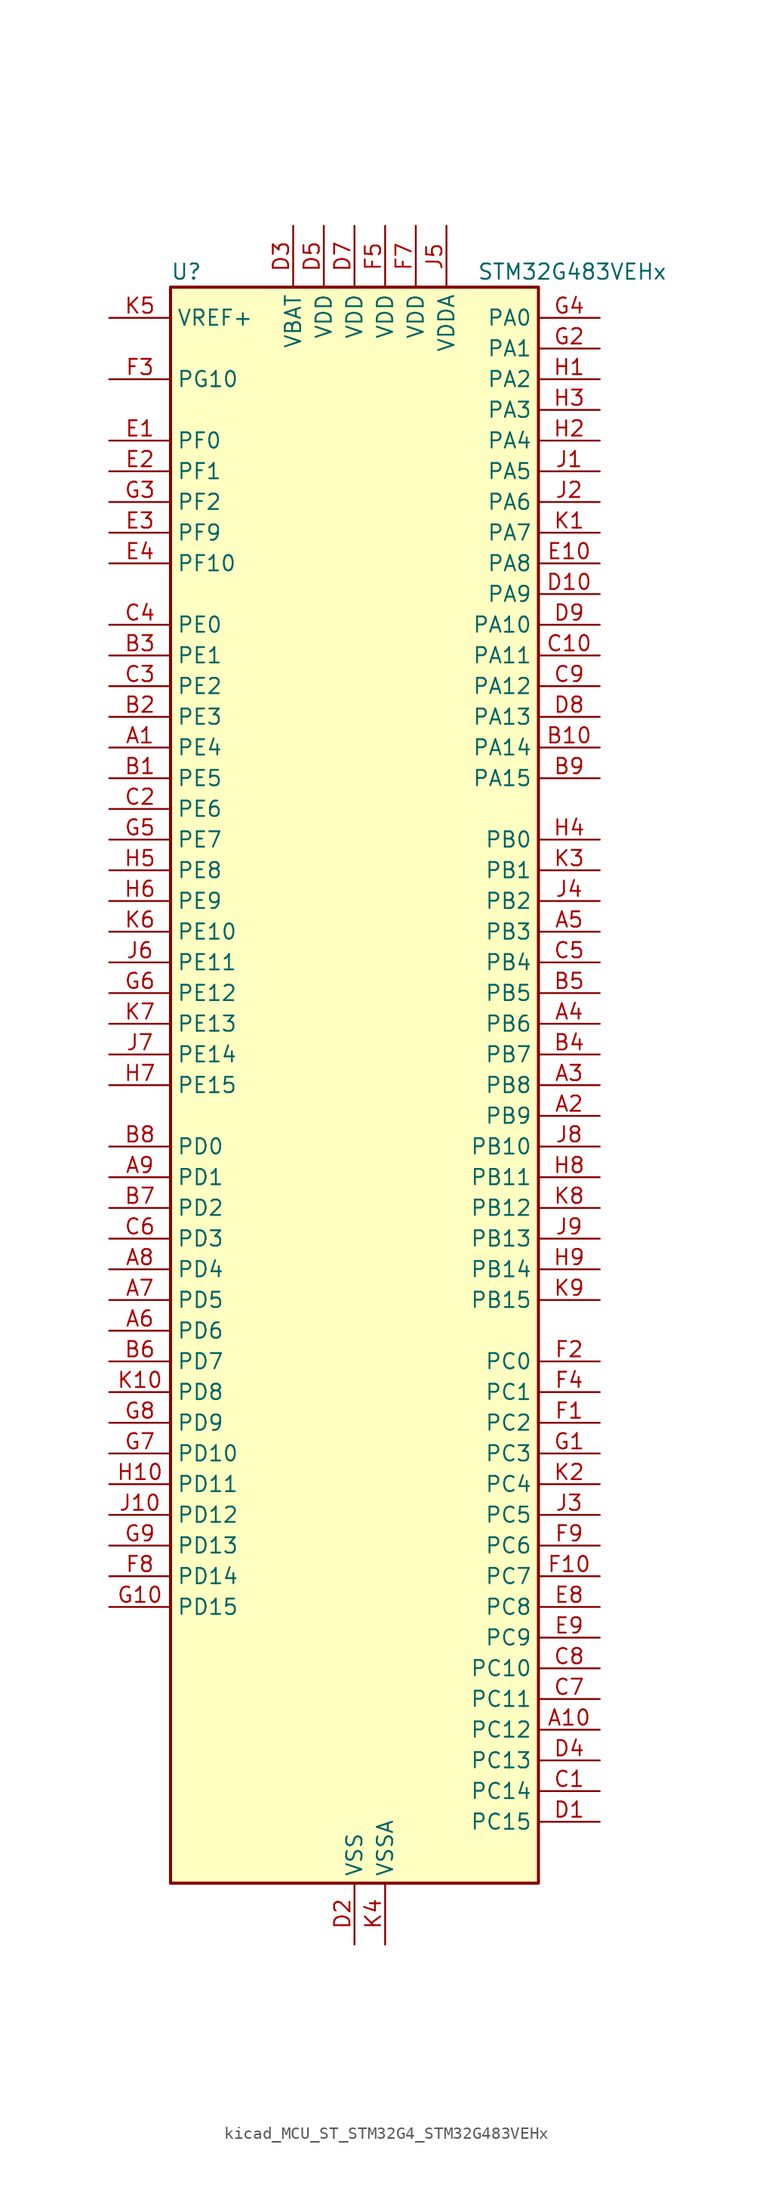
<source format=kicad_sym>
(kicad_symbol_lib
  (version 20220914)
  (generator kicad_symbol_editor)
  (symbol "kicad_MCU_ST_STM32G4_STM32G483VEHx"
    (property "Reference" "U"
      (at -15.24 67.31 0)
      (effects (font (size 1.27 1.27)) (justify left)))
    (property "Value" "STM32G483VEHx"
      (at 10.16 67.31 0)
      (effects (font (size 1.27 1.27)) (justify left)))
    (property "ki_locked" ""
      (at 0 0 0)
      (effects (font (size 1.27 1.27))))
    (symbol "kicad_MCU_ST_STM32G4_STM32G483VEHx_0_1"
      (rectangle (start -15.24 -66.04) (end 15.24 66.04) (stroke (width 0.254) (type default)) (fill (type background))))
    (symbol "kicad_MCU_ST_STM32G4_STM32G483VEHx_1_1"
      (pin bidirectional line (at -20.32 27.94 0) (length 5.08) (name "PE4" (effects (font (size 1.27 1.27)))) (number "A1" (effects (font (size 1.27 1.27)))) (alternate "FMC_A20" bidirectional line) (alternate "SAI1_D2" bidirectional line) (alternate "SAI1_FS_A" bidirectional line) (alternate "SPI4_NSS" bidirectional line) (alternate "SYS_TRACED1" bidirectional line) (alternate "TIM20_CH1N" bidirectional line) (alternate "TIM3_CH3" bidirectional line))
      (pin bidirectional line (at 20.32 -53.34 180) (length 5.08) (name "PC12" (effects (font (size 1.27 1.27)))) (number "A10" (effects (font (size 1.27 1.27)))) (alternate "I2S3_SD" bidirectional line) (alternate "SPI3_MOSI" bidirectional line) (alternate "TIM5_CH2" bidirectional line) (alternate "TIM8_CH3N" bidirectional line) (alternate "UART5_TX" bidirectional line) (alternate "UCPD1_FRSTX1" bidirectional line) (alternate "UCPD1_FRSTX2" bidirectional line) (alternate "USART3_CK" bidirectional line))
      (pin bidirectional line (at 20.32 -2.54 180) (length 5.08) (name "PB9" (effects (font (size 1.27 1.27)))) (number "A2" (effects (font (size 1.27 1.27)))) (alternate "COMP2_OUT" bidirectional line) (alternate "DAC1_EXTI9" bidirectional line) (alternate "DAC2_EXTI9" bidirectional line) (alternate "DAC3_EXTI9" bidirectional line) (alternate "DAC4_EXTI9" bidirectional line) (alternate "FDCAN1_TX" bidirectional line) (alternate "I2C1_SDA" bidirectional line) (alternate "IR_OUT" bidirectional line) (alternate "SAI1_D2" bidirectional line) (alternate "SAI1_FS_A" bidirectional line) (alternate "TIM17_CH1" bidirectional line) (alternate "TIM1_CH3N" bidirectional line) (alternate "TIM4_CH4" bidirectional line) (alternate "TIM8_CH3" bidirectional line) (alternate "USART3_TX" bidirectional line))
      (pin bidirectional line (at 20.32 0 180) (length 5.08) (name "PB8" (effects (font (size 1.27 1.27)))) (number "A3" (effects (font (size 1.27 1.27)))) (alternate "COMP1_OUT" bidirectional line) (alternate "FDCAN1_RX" bidirectional line) (alternate "I2C1_SCL" bidirectional line) (alternate "SAI1_CK1" bidirectional line) (alternate "SAI1_MCLK_A" bidirectional line) (alternate "TIM16_CH1" bidirectional line) (alternate "TIM1_BKIN" bidirectional line) (alternate "TIM4_CH3" bidirectional line) (alternate "TIM8_CH2" bidirectional line) (alternate "USART3_RX" bidirectional line))
      (pin bidirectional line (at 20.32 5.08 180) (length 5.08) (name "PB6" (effects (font (size 1.27 1.27)))) (number "A4" (effects (font (size 1.27 1.27)))) (alternate "COMP4_OUT" bidirectional line) (alternate "FDCAN2_TX" bidirectional line) (alternate "LPTIM1_ETR" bidirectional line) (alternate "SAI1_FS_B" bidirectional line) (alternate "TIM16_CH1N" bidirectional line) (alternate "TIM4_CH1" bidirectional line) (alternate "TIM8_BKIN2" bidirectional line) (alternate "TIM8_CH1" bidirectional line) (alternate "TIM8_ETR" bidirectional line) (alternate "UCPD1_CC1" bidirectional line) (alternate "USART1_TX" bidirectional line))
      (pin bidirectional line (at 20.32 12.7 180) (length 5.08) (name "PB3" (effects (font (size 1.27 1.27)))) (number "A5" (effects (font (size 1.27 1.27)))) (alternate "ADC3_EXTI3" bidirectional line) (alternate "ADC4_EXTI3" bidirectional line) (alternate "ADC5_EXTI3" bidirectional line) (alternate "CRS_SYNC" bidirectional line) (alternate "FDCAN3_RX" bidirectional line) (alternate "I2S3_CK" bidirectional line) (alternate "SAI1_SCK_B" bidirectional line) (alternate "SPI1_SCK" bidirectional line) (alternate "SPI3_SCK" bidirectional line) (alternate "SYS_JTDO-SWO" bidirectional line) (alternate "TIM2_CH2" bidirectional line) (alternate "TIM3_ETR" bidirectional line) (alternate "TIM4_ETR" bidirectional line) (alternate "TIM8_CH1N" bidirectional line) (alternate "USART2_TX" bidirectional line))
      (pin bidirectional line (at -20.32 -20.32 0) (length 5.08) (name "PD6" (effects (font (size 1.27 1.27)))) (number "A6" (effects (font (size 1.27 1.27)))) (alternate "FMC_NWAIT" bidirectional line) (alternate "QUADSPI1_BK2_IO2" bidirectional line) (alternate "SAI1_D1" bidirectional line) (alternate "SAI1_SD_A" bidirectional line) (alternate "TIM2_CH4" bidirectional line) (alternate "USART2_RX" bidirectional line))
      (pin bidirectional line (at -20.32 -17.78 0) (length 5.08) (name "PD5" (effects (font (size 1.27 1.27)))) (number "A7" (effects (font (size 1.27 1.27)))) (alternate "FMC_NWE" bidirectional line) (alternate "QUADSPI1_BK2_IO1" bidirectional line) (alternate "USART2_TX" bidirectional line))
      (pin bidirectional line (at -20.32 -15.24 0) (length 5.08) (name "PD4" (effects (font (size 1.27 1.27)))) (number "A8" (effects (font (size 1.27 1.27)))) (alternate "FMC_NOE" bidirectional line) (alternate "QUADSPI1_BK2_IO0" bidirectional line) (alternate "TIM2_CH2" bidirectional line) (alternate "USART2_DE" bidirectional line) (alternate "USART2_RTS" bidirectional line))
      (pin bidirectional line (at -20.32 -7.62 0) (length 5.08) (name "PD1" (effects (font (size 1.27 1.27)))) (number "A9" (effects (font (size 1.27 1.27)))) (alternate "FDCAN1_TX" bidirectional line) (alternate "FMC_D3" bidirectional line) (alternate "FMC_DA3" bidirectional line) (alternate "TIM8_BKIN2" bidirectional line) (alternate "TIM8_CH4" bidirectional line))
      (pin bidirectional line (at -20.32 25.4 0) (length 5.08) (name "PE5" (effects (font (size 1.27 1.27)))) (number "B1" (effects (font (size 1.27 1.27)))) (alternate "FMC_A21" bidirectional line) (alternate "SAI1_CK2" bidirectional line) (alternate "SAI1_SCK_A" bidirectional line) (alternate "SPI4_MISO" bidirectional line) (alternate "SYS_TRACED2" bidirectional line) (alternate "TIM20_CH2N" bidirectional line) (alternate "TIM3_CH4" bidirectional line))
      (pin bidirectional line (at 20.32 27.94 180) (length 5.08) (name "PA14" (effects (font (size 1.27 1.27)))) (number "B10" (effects (font (size 1.27 1.27)))) (alternate "I2C1_SDA" bidirectional line) (alternate "I2C4_SMBA" bidirectional line) (alternate "LPTIM1_OUT" bidirectional line) (alternate "SAI1_FS_B" bidirectional line) (alternate "SYS_JTCK-SWCLK" bidirectional line) (alternate "TIM1_BKIN" bidirectional line) (alternate "TIM8_CH2" bidirectional line) (alternate "USART2_TX" bidirectional line))
      (pin bidirectional line (at -20.32 30.48 0) (length 5.08) (name "PE3" (effects (font (size 1.27 1.27)))) (number "B2" (effects (font (size 1.27 1.27)))) (alternate "ADC3_EXTI3" bidirectional line) (alternate "ADC4_EXTI3" bidirectional line) (alternate "ADC5_EXTI3" bidirectional line) (alternate "FMC_A19" bidirectional line) (alternate "SAI1_SD_B" bidirectional line) (alternate "SPI4_NSS" bidirectional line) (alternate "SYS_TRACED0" bidirectional line) (alternate "TIM20_CH2" bidirectional line) (alternate "TIM3_CH2" bidirectional line))
      (pin bidirectional line (at -20.32 35.56 0) (length 5.08) (name "PE1" (effects (font (size 1.27 1.27)))) (number "B3" (effects (font (size 1.27 1.27)))) (alternate "FMC_NBL1" bidirectional line) (alternate "TIM17_CH1" bidirectional line) (alternate "TIM20_CH4" bidirectional line) (alternate "USART1_RX" bidirectional line))
      (pin bidirectional line (at 20.32 2.54 180) (length 5.08) (name "PB7" (effects (font (size 1.27 1.27)))) (number "B4" (effects (font (size 1.27 1.27)))) (alternate "COMP3_OUT" bidirectional line) (alternate "FMC_NL" bidirectional line) (alternate "I2C1_SDA" bidirectional line) (alternate "I2C4_SDA" bidirectional line) (alternate "LPTIM1_IN2" bidirectional line) (alternate "SYS_PVD_IN" bidirectional line) (alternate "TIM17_CH1N" bidirectional line) (alternate "TIM3_CH4" bidirectional line) (alternate "TIM4_CH2" bidirectional line) (alternate "TIM8_BKIN" bidirectional line) (alternate "UART4_CTS" bidirectional line) (alternate "USART1_RX" bidirectional line))
      (pin bidirectional line (at 20.32 7.62 180) (length 5.08) (name "PB5" (effects (font (size 1.27 1.27)))) (number "B5" (effects (font (size 1.27 1.27)))) (alternate "FDCAN2_RX" bidirectional line) (alternate "I2C1_SMBA" bidirectional line) (alternate "I2C3_SDA" bidirectional line) (alternate "I2S3_SD" bidirectional line) (alternate "LPTIM1_IN1" bidirectional line) (alternate "SAI1_SD_B" bidirectional line) (alternate "SPI1_MOSI" bidirectional line) (alternate "SPI3_MOSI" bidirectional line) (alternate "TIM16_BKIN" bidirectional line) (alternate "TIM17_CH1" bidirectional line) (alternate "TIM3_CH2" bidirectional line) (alternate "TIM8_CH3N" bidirectional line) (alternate "UART5_CTS" bidirectional line) (alternate "USART2_CK" bidirectional line))
      (pin bidirectional line (at -20.32 -22.86 0) (length 5.08) (name "PD7" (effects (font (size 1.27 1.27)))) (number "B6" (effects (font (size 1.27 1.27)))) (alternate "FMC_NCE" bidirectional line) (alternate "FMC_NE1" bidirectional line) (alternate "QUADSPI1_BK2_IO3" bidirectional line) (alternate "TIM2_CH3" bidirectional line) (alternate "USART2_CK" bidirectional line))
      (pin bidirectional line (at -20.32 -10.16 0) (length 5.08) (name "PD2" (effects (font (size 1.27 1.27)))) (number "B7" (effects (font (size 1.27 1.27)))) (alternate "ADC3_EXTI2" bidirectional line) (alternate "ADC4_EXTI2" bidirectional line) (alternate "ADC5_EXTI2" bidirectional line) (alternate "TIM3_ETR" bidirectional line) (alternate "TIM8_BKIN" bidirectional line) (alternate "UART5_RX" bidirectional line))
      (pin bidirectional line (at -20.32 -5.08 0) (length 5.08) (name "PD0" (effects (font (size 1.27 1.27)))) (number "B8" (effects (font (size 1.27 1.27)))) (alternate "FDCAN1_RX" bidirectional line) (alternate "FMC_D2" bidirectional line) (alternate "FMC_DA2" bidirectional line) (alternate "TIM8_CH4N" bidirectional line))
      (pin bidirectional line (at 20.32 25.4 180) (length 5.08) (name "PA15" (effects (font (size 1.27 1.27)))) (number "B9" (effects (font (size 1.27 1.27)))) (alternate "ADC1_EXTI15" bidirectional line) (alternate "ADC2_EXTI15" bidirectional line) (alternate "FDCAN3_TX" bidirectional line) (alternate "I2C1_SCL" bidirectional line) (alternate "I2S3_WS" bidirectional line) (alternate "SPI1_NSS" bidirectional line) (alternate "SPI3_NSS" bidirectional line) (alternate "SYS_JTDI" bidirectional line) (alternate "TIM1_BKIN" bidirectional line) (alternate "TIM2_CH1" bidirectional line) (alternate "TIM2_ETR" bidirectional line) (alternate "TIM8_CH1" bidirectional line) (alternate "UART4_DE" bidirectional line) (alternate "UART4_RTS" bidirectional line) (alternate "USART2_RX" bidirectional line))
      (pin bidirectional line (at 20.32 -58.42 180) (length 5.08) (name "PC14" (effects (font (size 1.27 1.27)))) (number "C1" (effects (font (size 1.27 1.27)))) (alternate "RCC_OSC32_IN" bidirectional line))
      (pin bidirectional line (at 20.32 35.56 180) (length 5.08) (name "PA11" (effects (font (size 1.27 1.27)))) (number "C10" (effects (font (size 1.27 1.27)))) (alternate "ADC1_EXTI11" bidirectional line) (alternate "ADC2_EXTI11" bidirectional line) (alternate "COMP1_OUT" bidirectional line) (alternate "FDCAN1_RX" bidirectional line) (alternate "I2S2_SD" bidirectional line) (alternate "SPI2_MOSI" bidirectional line) (alternate "TIM1_BKIN2" bidirectional line) (alternate "TIM1_CH1N" bidirectional line) (alternate "TIM1_CH4" bidirectional line) (alternate "TIM4_CH1" bidirectional line) (alternate "USART1_CTS" bidirectional line) (alternate "USART1_NSS" bidirectional line) (alternate "USB_DM" bidirectional line))
      (pin bidirectional line (at -20.32 22.86 0) (length 5.08) (name "PE6" (effects (font (size 1.27 1.27)))) (number "C2" (effects (font (size 1.27 1.27)))) (alternate "FMC_A22" bidirectional line) (alternate "RTC_TAMP3" bidirectional line) (alternate "SAI1_D1" bidirectional line) (alternate "SAI1_SD_A" bidirectional line) (alternate "SPI4_MOSI" bidirectional line) (alternate "SYS_TRACED3" bidirectional line) (alternate "SYS_WKUP3" bidirectional line) (alternate "TIM20_CH3N" bidirectional line))
      (pin bidirectional line (at -20.32 33.02 0) (length 5.08) (name "PE2" (effects (font (size 1.27 1.27)))) (number "C3" (effects (font (size 1.27 1.27)))) (alternate "ADC3_EXTI2" bidirectional line) (alternate "ADC4_EXTI2" bidirectional line) (alternate "ADC5_EXTI2" bidirectional line) (alternate "FMC_A23" bidirectional line) (alternate "SAI1_CK1" bidirectional line) (alternate "SAI1_MCLK_A" bidirectional line) (alternate "SPI4_SCK" bidirectional line) (alternate "SYS_TRACECLK" bidirectional line) (alternate "TIM20_CH1" bidirectional line) (alternate "TIM3_CH1" bidirectional line))
      (pin bidirectional line (at -20.32 38.1 0) (length 5.08) (name "PE0" (effects (font (size 1.27 1.27)))) (number "C4" (effects (font (size 1.27 1.27)))) (alternate "FMC_NBL0" bidirectional line) (alternate "TIM16_CH1" bidirectional line) (alternate "TIM20_CH4N" bidirectional line) (alternate "TIM20_ETR" bidirectional line) (alternate "TIM4_ETR" bidirectional line) (alternate "USART1_TX" bidirectional line))
      (pin bidirectional line (at 20.32 10.16 180) (length 5.08) (name "PB4" (effects (font (size 1.27 1.27)))) (number "C5" (effects (font (size 1.27 1.27)))) (alternate "FDCAN3_TX" bidirectional line) (alternate "SAI1_MCLK_B" bidirectional line) (alternate "SPI1_MISO" bidirectional line) (alternate "SPI3_MISO" bidirectional line) (alternate "SYS_JTRST" bidirectional line) (alternate "TIM16_CH1" bidirectional line) (alternate "TIM17_BKIN" bidirectional line) (alternate "TIM3_CH1" bidirectional line) (alternate "TIM8_CH2N" bidirectional line) (alternate "UART5_DE" bidirectional line) (alternate "UART5_RTS" bidirectional line) (alternate "UCPD1_CC2" bidirectional line) (alternate "USART2_RX" bidirectional line))
      (pin bidirectional line (at -20.32 -12.7 0) (length 5.08) (name "PD3" (effects (font (size 1.27 1.27)))) (number "C6" (effects (font (size 1.27 1.27)))) (alternate "ADC3_EXTI3" bidirectional line) (alternate "ADC4_EXTI3" bidirectional line) (alternate "ADC5_EXTI3" bidirectional line) (alternate "FMC_CLK" bidirectional line) (alternate "QUADSPI1_BK2_NCS" bidirectional line) (alternate "TIM2_CH1" bidirectional line) (alternate "TIM2_ETR" bidirectional line) (alternate "USART2_CTS" bidirectional line) (alternate "USART2_NSS" bidirectional line))
      (pin bidirectional line (at 20.32 -50.8 180) (length 5.08) (name "PC11" (effects (font (size 1.27 1.27)))) (number "C7" (effects (font (size 1.27 1.27)))) (alternate "ADC1_EXTI11" bidirectional line) (alternate "ADC2_EXTI11" bidirectional line) (alternate "I2C3_SDA" bidirectional line) (alternate "SPI3_MISO" bidirectional line) (alternate "TIM8_CH2N" bidirectional line) (alternate "UART4_RX" bidirectional line) (alternate "USART3_RX" bidirectional line))
      (pin bidirectional line (at 20.32 -48.26 180) (length 5.08) (name "PC10" (effects (font (size 1.27 1.27)))) (number "C8" (effects (font (size 1.27 1.27)))) (alternate "DAC1_EXTI10" bidirectional line) (alternate "DAC2_EXTI10" bidirectional line) (alternate "DAC3_EXTI10" bidirectional line) (alternate "DAC4_EXTI10" bidirectional line) (alternate "I2S3_CK" bidirectional line) (alternate "SPI3_SCK" bidirectional line) (alternate "TIM8_CH1N" bidirectional line) (alternate "UART4_TX" bidirectional line) (alternate "USART3_TX" bidirectional line))
      (pin bidirectional line (at 20.32 33.02 180) (length 5.08) (name "PA12" (effects (font (size 1.27 1.27)))) (number "C9" (effects (font (size 1.27 1.27)))) (alternate "COMP2_OUT" bidirectional line) (alternate "FDCAN1_TX" bidirectional line) (alternate "I2S_CKIN" bidirectional line) (alternate "TIM16_CH1" bidirectional line) (alternate "TIM1_CH2N" bidirectional line) (alternate "TIM1_ETR" bidirectional line) (alternate "TIM4_CH2" bidirectional line) (alternate "USART1_DE" bidirectional line) (alternate "USART1_RTS" bidirectional line) (alternate "USB_DP" bidirectional line))
      (pin bidirectional line (at 20.32 -60.96 180) (length 5.08) (name "PC15" (effects (font (size 1.27 1.27)))) (number "D1" (effects (font (size 1.27 1.27)))) (alternate "ADC1_EXTI15" bidirectional line) (alternate "ADC2_EXTI15" bidirectional line) (alternate "RCC_OSC32_OUT" bidirectional line))
      (pin bidirectional line (at 20.32 40.64 180) (length 5.08) (name "PA9" (effects (font (size 1.27 1.27)))) (number "D10" (effects (font (size 1.27 1.27)))) (alternate "ADC5_IN2" bidirectional line) (alternate "COMP5_OUT" bidirectional line) (alternate "DAC1_EXTI9" bidirectional line) (alternate "DAC2_EXTI9" bidirectional line) (alternate "DAC3_EXTI9" bidirectional line) (alternate "DAC4_EXTI9" bidirectional line) (alternate "I2C2_SCL" bidirectional line) (alternate "I2C3_SMBA" bidirectional line) (alternate "I2S3_MCK" bidirectional line) (alternate "SAI1_FS_A" bidirectional line) (alternate "TIM15_BKIN" bidirectional line) (alternate "TIM1_CH2" bidirectional line) (alternate "TIM2_CH3" bidirectional line) (alternate "UCPD1_DBCC1" bidirectional line) (alternate "USART1_TX" bidirectional line))
      (pin power_in line (at 0 -71.12 90) (length 5.08) (name "VSS" (effects (font (size 1.27 1.27)))) (number "D2" (effects (font (size 1.27 1.27)))))
      (pin power_in line (at -5.08 71.12 270) (length 5.08) (name "VBAT" (effects (font (size 1.27 1.27)))) (number "D3" (effects (font (size 1.27 1.27)))))
      (pin bidirectional line (at 20.32 -55.88 180) (length 5.08) (name "PC13" (effects (font (size 1.27 1.27)))) (number "D4" (effects (font (size 1.27 1.27)))) (alternate "RTC_OUT1" bidirectional line) (alternate "RTC_TAMP1" bidirectional line) (alternate "RTC_TS" bidirectional line) (alternate "SYS_WKUP2" bidirectional line) (alternate "TIM1_BKIN" bidirectional line) (alternate "TIM1_CH1N" bidirectional line) (alternate "TIM8_CH4N" bidirectional line))
      (pin power_in line (at -2.54 71.12 270) (length 5.08) (name "VDD" (effects (font (size 1.27 1.27)))) (number "D5" (effects (font (size 1.27 1.27)))))
      (pin passive line (at 0 -71.12 90) (length 5.08) hide (name "VSS" (effects (font (size 1.27 1.27)))) (number "D6" (effects (font (size 1.27 1.27)))))
      (pin power_in line (at 0 71.12 270) (length 5.08) (name "VDD" (effects (font (size 1.27 1.27)))) (number "D7" (effects (font (size 1.27 1.27)))))
      (pin bidirectional line (at 20.32 30.48 180) (length 5.08) (name "PA13" (effects (font (size 1.27 1.27)))) (number "D8" (effects (font (size 1.27 1.27)))) (alternate "I2C1_SCL" bidirectional line) (alternate "I2C4_SCL" bidirectional line) (alternate "IR_OUT" bidirectional line) (alternate "SAI1_SD_B" bidirectional line) (alternate "SYS_JTMS-SWDIO" bidirectional line) (alternate "TIM16_CH1N" bidirectional line) (alternate "TIM4_CH3" bidirectional line) (alternate "USART3_CTS" bidirectional line) (alternate "USART3_NSS" bidirectional line))
      (pin bidirectional line (at 20.32 38.1 180) (length 5.08) (name "PA10" (effects (font (size 1.27 1.27)))) (number "D9" (effects (font (size 1.27 1.27)))) (alternate "COMP6_OUT" bidirectional line) (alternate "CRS_SYNC" bidirectional line) (alternate "DAC1_EXTI10" bidirectional line) (alternate "DAC2_EXTI10" bidirectional line) (alternate "DAC3_EXTI10" bidirectional line) (alternate "DAC4_EXTI10" bidirectional line) (alternate "I2C2_SMBA" bidirectional line) (alternate "SAI1_D1" bidirectional line) (alternate "SAI1_SD_A" bidirectional line) (alternate "SPI2_MISO" bidirectional line) (alternate "TIM17_BKIN" bidirectional line) (alternate "TIM1_CH3" bidirectional line) (alternate "TIM2_CH4" bidirectional line) (alternate "TIM8_BKIN" bidirectional line) (alternate "UCPD1_DBCC2" bidirectional line) (alternate "USART1_RX" bidirectional line))
      (pin bidirectional line (at -20.32 53.34 0) (length 5.08) (name "PF0" (effects (font (size 1.27 1.27)))) (number "E1" (effects (font (size 1.27 1.27)))) (alternate "ADC1_IN10" bidirectional line) (alternate "I2C2_SDA" bidirectional line) (alternate "I2S2_WS" bidirectional line) (alternate "RCC_OSC_IN" bidirectional line) (alternate "SPI2_NSS" bidirectional line) (alternate "TIM1_CH3N" bidirectional line))
      (pin bidirectional line (at 20.32 43.18 180) (length 5.08) (name "PA8" (effects (font (size 1.27 1.27)))) (number "E10" (effects (font (size 1.27 1.27)))) (alternate "ADC5_IN1" bidirectional line) (alternate "COMP7_OUT" bidirectional line) (alternate "FDCAN3_RX" bidirectional line) (alternate "I2C2_SDA" bidirectional line) (alternate "I2C3_SCL" bidirectional line) (alternate "I2S2_MCK" bidirectional line) (alternate "OPAMP5_VOUT" bidirectional line) (alternate "RCC_MCO" bidirectional line) (alternate "SAI1_CK2" bidirectional line) (alternate "SAI1_SCK_A" bidirectional line) (alternate "TIM1_CH1" bidirectional line) (alternate "TIM4_ETR" bidirectional line) (alternate "USART1_CK" bidirectional line))
      (pin bidirectional line (at -20.32 50.8 0) (length 5.08) (name "PF1" (effects (font (size 1.27 1.27)))) (number "E2" (effects (font (size 1.27 1.27)))) (alternate "ADC2_IN10" bidirectional line) (alternate "COMP3_INM" bidirectional line) (alternate "I2S2_CK" bidirectional line) (alternate "RCC_OSC_OUT" bidirectional line) (alternate "SPI2_SCK" bidirectional line))
      (pin bidirectional line (at -20.32 45.72 0) (length 5.08) (name "PF9" (effects (font (size 1.27 1.27)))) (number "E3" (effects (font (size 1.27 1.27)))) (alternate "DAC1_EXTI9" bidirectional line) (alternate "DAC2_EXTI9" bidirectional line) (alternate "DAC3_EXTI9" bidirectional line) (alternate "DAC4_EXTI9" bidirectional line) (alternate "FMC_A25" bidirectional line) (alternate "QUADSPI1_BK1_IO1" bidirectional line) (alternate "SAI1_FS_B" bidirectional line) (alternate "SPI2_SCK" bidirectional line) (alternate "TIM15_CH1" bidirectional line) (alternate "TIM20_BKIN" bidirectional line) (alternate "TIM5_CH4" bidirectional line))
      (pin bidirectional line (at -20.32 43.18 0) (length 5.08) (name "PF10" (effects (font (size 1.27 1.27)))) (number "E4" (effects (font (size 1.27 1.27)))) (alternate "DAC1_EXTI10" bidirectional line) (alternate "DAC2_EXTI10" bidirectional line) (alternate "DAC3_EXTI10" bidirectional line) (alternate "DAC4_EXTI10" bidirectional line) (alternate "FMC_A0" bidirectional line) (alternate "QUADSPI1_CLK" bidirectional line) (alternate "SAI1_D3" bidirectional line) (alternate "SPI2_SCK" bidirectional line) (alternate "TIM15_CH2" bidirectional line) (alternate "TIM20_BKIN2" bidirectional line))
      (pin passive line (at 0 -71.12 90) (length 5.08) hide (name "VSS" (effects (font (size 1.27 1.27)))) (number "E5" (effects (font (size 1.27 1.27)))))
      (pin passive line (at 0 -71.12 90) (length 5.08) hide (name "VSS" (effects (font (size 1.27 1.27)))) (number "E6" (effects (font (size 1.27 1.27)))))
      (pin passive line (at 0 -71.12 90) (length 5.08) hide (name "VSS" (effects (font (size 1.27 1.27)))) (number "E7" (effects (font (size 1.27 1.27)))))
      (pin bidirectional line (at 20.32 -43.18 180) (length 5.08) (name "PC8" (effects (font (size 1.27 1.27)))) (number "E8" (effects (font (size 1.27 1.27)))) (alternate "COMP7_OUT" bidirectional line) (alternate "I2C3_SCL" bidirectional line) (alternate "TIM20_CH3" bidirectional line) (alternate "TIM3_CH3" bidirectional line) (alternate "TIM8_CH3" bidirectional line))
      (pin bidirectional line (at 20.32 -45.72 180) (length 5.08) (name "PC9" (effects (font (size 1.27 1.27)))) (number "E9" (effects (font (size 1.27 1.27)))) (alternate "DAC1_EXTI9" bidirectional line) (alternate "DAC2_EXTI9" bidirectional line) (alternate "DAC3_EXTI9" bidirectional line) (alternate "DAC4_EXTI9" bidirectional line) (alternate "I2C3_SDA" bidirectional line) (alternate "I2S_CKIN" bidirectional line) (alternate "TIM3_CH4" bidirectional line) (alternate "TIM8_BKIN2" bidirectional line) (alternate "TIM8_CH4" bidirectional line))
      (pin bidirectional line (at 20.32 -27.94 180) (length 5.08) (name "PC2" (effects (font (size 1.27 1.27)))) (number "F1" (effects (font (size 1.27 1.27)))) (alternate "ADC1_IN8" bidirectional line) (alternate "ADC2_IN8" bidirectional line) (alternate "ADC3_EXTI2" bidirectional line) (alternate "ADC4_EXTI2" bidirectional line) (alternate "ADC5_EXTI2" bidirectional line) (alternate "COMP3_OUT" bidirectional line) (alternate "LPTIM1_IN2" bidirectional line) (alternate "QUADSPI1_BK2_IO1" bidirectional line) (alternate "TIM1_CH3" bidirectional line) (alternate "TIM20_CH2" bidirectional line))
      (pin bidirectional line (at 20.32 -40.64 180) (length 5.08) (name "PC7" (effects (font (size 1.27 1.27)))) (number "F10" (effects (font (size 1.27 1.27)))) (alternate "COMP5_OUT" bidirectional line) (alternate "I2C4_SDA" bidirectional line) (alternate "I2S3_MCK" bidirectional line) (alternate "TIM3_CH2" bidirectional line) (alternate "TIM8_CH2" bidirectional line))
      (pin bidirectional line (at 20.32 -22.86 180) (length 5.08) (name "PC0" (effects (font (size 1.27 1.27)))) (number "F2" (effects (font (size 1.27 1.27)))) (alternate "ADC1_IN6" bidirectional line) (alternate "ADC2_IN6" bidirectional line) (alternate "COMP3_INM" bidirectional line) (alternate "LPTIM1_IN1" bidirectional line) (alternate "LPUART1_RX" bidirectional line) (alternate "TIM1_CH1" bidirectional line))
      (pin bidirectional line (at -20.32 58.42 0) (length 5.08) (name "PG10" (effects (font (size 1.27 1.27)))) (number "F3" (effects (font (size 1.27 1.27)))) (alternate "DAC1_EXTI10" bidirectional line) (alternate "DAC2_EXTI10" bidirectional line) (alternate "DAC3_EXTI10" bidirectional line) (alternate "DAC4_EXTI10" bidirectional line) (alternate "RCC_MCO" bidirectional line))
      (pin bidirectional line (at 20.32 -25.4 180) (length 5.08) (name "PC1" (effects (font (size 1.27 1.27)))) (number "F4" (effects (font (size 1.27 1.27)))) (alternate "ADC1_IN7" bidirectional line) (alternate "ADC2_IN7" bidirectional line) (alternate "COMP3_INP" bidirectional line) (alternate "LPTIM1_OUT" bidirectional line) (alternate "LPUART1_TX" bidirectional line) (alternate "QUADSPI1_BK2_IO0" bidirectional line) (alternate "SAI1_SD_A" bidirectional line) (alternate "TIM1_CH2" bidirectional line))
      (pin power_in line (at 2.54 71.12 270) (length 5.08) (name "VDD" (effects (font (size 1.27 1.27)))) (number "F5" (effects (font (size 1.27 1.27)))))
      (pin passive line (at 0 -71.12 90) (length 5.08) hide (name "VSS" (effects (font (size 1.27 1.27)))) (number "F6" (effects (font (size 1.27 1.27)))))
      (pin power_in line (at 5.08 71.12 270) (length 5.08) (name "VDD" (effects (font (size 1.27 1.27)))) (number "F7" (effects (font (size 1.27 1.27)))))
      (pin bidirectional line (at -20.32 -40.64 0) (length 5.08) (name "PD14" (effects (font (size 1.27 1.27)))) (number "F8" (effects (font (size 1.27 1.27)))) (alternate "ADC3_IN11" bidirectional line) (alternate "ADC4_IN11" bidirectional line) (alternate "ADC5_IN11" bidirectional line) (alternate "COMP7_INP" bidirectional line) (alternate "FMC_D0" bidirectional line) (alternate "FMC_DA0" bidirectional line) (alternate "OPAMP2_VINP" bidirectional line) (alternate "OPAMP2_VINP_SEC" bidirectional line) (alternate "TIM4_CH3" bidirectional line))
      (pin bidirectional line (at 20.32 -38.1 180) (length 5.08) (name "PC6" (effects (font (size 1.27 1.27)))) (number "F9" (effects (font (size 1.27 1.27)))) (alternate "COMP6_OUT" bidirectional line) (alternate "I2C4_SCL" bidirectional line) (alternate "I2S2_MCK" bidirectional line) (alternate "TIM3_CH1" bidirectional line) (alternate "TIM8_CH1" bidirectional line))
      (pin bidirectional line (at 20.32 -30.48 180) (length 5.08) (name "PC3" (effects (font (size 1.27 1.27)))) (number "G1" (effects (font (size 1.27 1.27)))) (alternate "ADC1_IN9" bidirectional line) (alternate "ADC2_IN9" bidirectional line) (alternate "ADC3_EXTI3" bidirectional line) (alternate "ADC4_EXTI3" bidirectional line) (alternate "ADC5_EXTI3" bidirectional line) (alternate "LPTIM1_ETR" bidirectional line) (alternate "OPAMP5_VINP" bidirectional line) (alternate "OPAMP5_VINP_SEC" bidirectional line) (alternate "QUADSPI1_BK2_IO2" bidirectional line) (alternate "SAI1_D1" bidirectional line) (alternate "SAI1_SD_A" bidirectional line) (alternate "TIM1_BKIN2" bidirectional line) (alternate "TIM1_CH4" bidirectional line))
      (pin bidirectional line (at -20.32 -43.18 0) (length 5.08) (name "PD15" (effects (font (size 1.27 1.27)))) (number "G10" (effects (font (size 1.27 1.27)))) (alternate "ADC1_EXTI15" bidirectional line) (alternate "ADC2_EXTI15" bidirectional line) (alternate "COMP7_INM" bidirectional line) (alternate "FMC_D1" bidirectional line) (alternate "FMC_DA1" bidirectional line) (alternate "SPI2_NSS" bidirectional line) (alternate "TIM4_CH4" bidirectional line))
      (pin bidirectional line (at 20.32 60.96 180) (length 5.08) (name "PA1" (effects (font (size 1.27 1.27)))) (number "G2" (effects (font (size 1.27 1.27)))) (alternate "ADC1_IN2" bidirectional line) (alternate "ADC2_IN2" bidirectional line) (alternate "COMP1_INP" bidirectional line) (alternate "OPAMP1_VINP" bidirectional line) (alternate "OPAMP1_VINP_SEC" bidirectional line) (alternate "OPAMP3_VINP" bidirectional line) (alternate "OPAMP3_VINP_SEC" bidirectional line) (alternate "OPAMP6_VINM" bidirectional line) (alternate "OPAMP6_VINM0" bidirectional line) (alternate "OPAMP6_VINM_SEC" bidirectional line) (alternate "RTC_REFIN" bidirectional line) (alternate "TIM15_CH1N" bidirectional line) (alternate "TIM2_CH2" bidirectional line) (alternate "TIM5_CH2" bidirectional line) (alternate "USART2_DE" bidirectional line) (alternate "USART2_RTS" bidirectional line))
      (pin bidirectional line (at -20.32 48.26 0) (length 5.08) (name "PF2" (effects (font (size 1.27 1.27)))) (number "G3" (effects (font (size 1.27 1.27)))) (alternate "ADC3_EXTI2" bidirectional line) (alternate "ADC4_EXTI2" bidirectional line) (alternate "ADC5_EXTI2" bidirectional line) (alternate "FMC_A2" bidirectional line) (alternate "I2C2_SMBA" bidirectional line) (alternate "TIM20_CH3" bidirectional line))
      (pin bidirectional line (at 20.32 63.5 180) (length 5.08) (name "PA0" (effects (font (size 1.27 1.27)))) (number "G4" (effects (font (size 1.27 1.27)))) (alternate "ADC1_IN1" bidirectional line) (alternate "ADC2_IN1" bidirectional line) (alternate "COMP1_INM" bidirectional line) (alternate "COMP1_OUT" bidirectional line) (alternate "COMP3_INP" bidirectional line) (alternate "RTC_TAMP2" bidirectional line) (alternate "SYS_WKUP1" bidirectional line) (alternate "TIM2_CH1" bidirectional line) (alternate "TIM2_ETR" bidirectional line) (alternate "TIM5_CH1" bidirectional line) (alternate "TIM8_BKIN" bidirectional line) (alternate "TIM8_ETR" bidirectional line) (alternate "USART2_CTS" bidirectional line) (alternate "USART2_NSS" bidirectional line))
      (pin bidirectional line (at -20.32 20.32 0) (length 5.08) (name "PE7" (effects (font (size 1.27 1.27)))) (number "G5" (effects (font (size 1.27 1.27)))) (alternate "ADC3_IN4" bidirectional line) (alternate "COMP4_INP" bidirectional line) (alternate "FMC_D4" bidirectional line) (alternate "FMC_DA4" bidirectional line) (alternate "SAI1_SD_B" bidirectional line) (alternate "TIM1_ETR" bidirectional line))
      (pin bidirectional line (at -20.32 7.62 0) (length 5.08) (name "PE12" (effects (font (size 1.27 1.27)))) (number "G6" (effects (font (size 1.27 1.27)))) (alternate "ADC3_IN16" bidirectional line) (alternate "ADC4_IN16" bidirectional line) (alternate "ADC5_IN16" bidirectional line) (alternate "FMC_D9" bidirectional line) (alternate "FMC_DA9" bidirectional line) (alternate "QUADSPI1_BK1_IO0" bidirectional line) (alternate "SPI4_SCK" bidirectional line) (alternate "TIM1_CH3N" bidirectional line))
      (pin bidirectional line (at -20.32 -30.48 0) (length 5.08) (name "PD10" (effects (font (size 1.27 1.27)))) (number "G7" (effects (font (size 1.27 1.27)))) (alternate "ADC3_IN7" bidirectional line) (alternate "ADC4_IN7" bidirectional line) (alternate "ADC5_IN7" bidirectional line) (alternate "COMP6_INM" bidirectional line) (alternate "DAC1_EXTI10" bidirectional line) (alternate "DAC2_EXTI10" bidirectional line) (alternate "DAC3_EXTI10" bidirectional line) (alternate "DAC4_EXTI10" bidirectional line) (alternate "FMC_D15" bidirectional line) (alternate "FMC_DA15" bidirectional line) (alternate "USART3_CK" bidirectional line))
      (pin bidirectional line (at -20.32 -27.94 0) (length 5.08) (name "PD9" (effects (font (size 1.27 1.27)))) (number "G8" (effects (font (size 1.27 1.27)))) (alternate "ADC4_IN13" bidirectional line) (alternate "ADC5_IN13" bidirectional line) (alternate "DAC1_EXTI9" bidirectional line) (alternate "DAC2_EXTI9" bidirectional line) (alternate "DAC3_EXTI9" bidirectional line) (alternate "DAC4_EXTI9" bidirectional line) (alternate "FMC_D14" bidirectional line) (alternate "FMC_DA14" bidirectional line) (alternate "OPAMP6_VINP" bidirectional line) (alternate "OPAMP6_VINP_SEC" bidirectional line) (alternate "USART3_RX" bidirectional line))
      (pin bidirectional line (at -20.32 -38.1 0) (length 5.08) (name "PD13" (effects (font (size 1.27 1.27)))) (number "G9" (effects (font (size 1.27 1.27)))) (alternate "ADC3_IN10" bidirectional line) (alternate "ADC4_IN10" bidirectional line) (alternate "ADC5_IN10" bidirectional line) (alternate "COMP5_INM" bidirectional line) (alternate "FMC_A18" bidirectional line) (alternate "TIM4_CH2" bidirectional line))
      (pin bidirectional line (at 20.32 58.42 180) (length 5.08) (name "PA2" (effects (font (size 1.27 1.27)))) (number "H1" (effects (font (size 1.27 1.27)))) (alternate "ADC1_IN3" bidirectional line) (alternate "ADC3_EXTI2" bidirectional line) (alternate "ADC4_EXTI2" bidirectional line) (alternate "ADC5_EXTI2" bidirectional line) (alternate "COMP2_INM" bidirectional line) (alternate "COMP2_OUT" bidirectional line) (alternate "LPUART1_TX" bidirectional line) (alternate "OPAMP1_VOUT" bidirectional line) (alternate "QUADSPI1_BK1_NCS" bidirectional line) (alternate "RCC_LSCO" bidirectional line) (alternate "SYS_WKUP4" bidirectional line) (alternate "TIM15_CH1" bidirectional line) (alternate "TIM2_CH3" bidirectional line) (alternate "TIM5_CH3" bidirectional line) (alternate "UCPD1_FRSTX1" bidirectional line) (alternate "UCPD1_FRSTX2" bidirectional line) (alternate "USART2_TX" bidirectional line))
      (pin bidirectional line (at -20.32 -33.02 0) (length 5.08) (name "PD11" (effects (font (size 1.27 1.27)))) (number "H10" (effects (font (size 1.27 1.27)))) (alternate "ADC1_EXTI11" bidirectional line) (alternate "ADC2_EXTI11" bidirectional line) (alternate "ADC3_IN8" bidirectional line) (alternate "ADC4_IN8" bidirectional line) (alternate "ADC5_IN8" bidirectional line) (alternate "COMP6_INP" bidirectional line) (alternate "FMC_A16" bidirectional line) (alternate "FMC_CLE" bidirectional line) (alternate "I2C4_SMBA" bidirectional line) (alternate "OPAMP4_VINP" bidirectional line) (alternate "OPAMP4_VINP_SEC" bidirectional line) (alternate "TIM5_ETR" bidirectional line) (alternate "USART3_CTS" bidirectional line) (alternate "USART3_NSS" bidirectional line))
      (pin bidirectional line (at 20.32 53.34 180) (length 5.08) (name "PA4" (effects (font (size 1.27 1.27)))) (number "H2" (effects (font (size 1.27 1.27)))) (alternate "ADC2_IN17" bidirectional line) (alternate "COMP1_INM" bidirectional line) (alternate "DAC1_OUT1" bidirectional line) (alternate "I2S3_WS" bidirectional line) (alternate "SAI1_FS_B" bidirectional line) (alternate "SPI1_NSS" bidirectional line) (alternate "SPI3_NSS" bidirectional line) (alternate "TIM3_CH2" bidirectional line) (alternate "USART2_CK" bidirectional line))
      (pin bidirectional line (at 20.32 55.88 180) (length 5.08) (name "PA3" (effects (font (size 1.27 1.27)))) (number "H3" (effects (font (size 1.27 1.27)))) (alternate "ADC1_IN4" bidirectional line) (alternate "ADC3_EXTI3" bidirectional line) (alternate "ADC4_EXTI3" bidirectional line) (alternate "ADC5_EXTI3" bidirectional line) (alternate "COMP2_INP" bidirectional line) (alternate "LPUART1_RX" bidirectional line) (alternate "OPAMP1_VINM" bidirectional line) (alternate "OPAMP1_VINM0" bidirectional line) (alternate "OPAMP1_VINM_SEC" bidirectional line) (alternate "OPAMP1_VINP" bidirectional line) (alternate "OPAMP1_VINP_SEC" bidirectional line) (alternate "OPAMP5_VINM" bidirectional line) (alternate "OPAMP5_VINM1" bidirectional line) (alternate "OPAMP5_VINM_SEC" bidirectional line) (alternate "QUADSPI1_CLK" bidirectional line) (alternate "SAI1_CK1" bidirectional line) (alternate "SAI1_MCLK_A" bidirectional line) (alternate "TIM15_CH2" bidirectional line) (alternate "TIM2_CH4" bidirectional line) (alternate "TIM5_CH4" bidirectional line) (alternate "USART2_RX" bidirectional line))
      (pin bidirectional line (at 20.32 20.32 180) (length 5.08) (name "PB0" (effects (font (size 1.27 1.27)))) (number "H4" (effects (font (size 1.27 1.27)))) (alternate "ADC1_IN15" bidirectional line) (alternate "ADC3_IN12" bidirectional line) (alternate "COMP4_INP" bidirectional line) (alternate "OPAMP2_VINP" bidirectional line) (alternate "OPAMP2_VINP_SEC" bidirectional line) (alternate "OPAMP3_VINP" bidirectional line) (alternate "OPAMP3_VINP_SEC" bidirectional line) (alternate "QUADSPI1_BK1_IO1" bidirectional line) (alternate "TIM1_CH2N" bidirectional line) (alternate "TIM3_CH3" bidirectional line) (alternate "TIM8_CH2N" bidirectional line) (alternate "UCPD1_FRSTX1" bidirectional line) (alternate "UCPD1_FRSTX2" bidirectional line))
      (pin bidirectional line (at -20.32 17.78 0) (length 5.08) (name "PE8" (effects (font (size 1.27 1.27)))) (number "H5" (effects (font (size 1.27 1.27)))) (alternate "ADC3_IN6" bidirectional line) (alternate "ADC4_IN6" bidirectional line) (alternate "ADC5_IN6" bidirectional line) (alternate "COMP4_INM" bidirectional line) (alternate "FMC_D5" bidirectional line) (alternate "FMC_DA5" bidirectional line) (alternate "SAI1_SCK_B" bidirectional line) (alternate "TIM1_CH1N" bidirectional line) (alternate "TIM5_CH3" bidirectional line))
      (pin bidirectional line (at -20.32 15.24 0) (length 5.08) (name "PE9" (effects (font (size 1.27 1.27)))) (number "H6" (effects (font (size 1.27 1.27)))) (alternate "ADC3_IN2" bidirectional line) (alternate "DAC1_EXTI9" bidirectional line) (alternate "DAC2_EXTI9" bidirectional line) (alternate "DAC3_EXTI9" bidirectional line) (alternate "DAC4_EXTI9" bidirectional line) (alternate "FMC_D6" bidirectional line) (alternate "FMC_DA6" bidirectional line) (alternate "SAI1_FS_B" bidirectional line) (alternate "TIM1_CH1" bidirectional line) (alternate "TIM5_CH4" bidirectional line))
      (pin bidirectional line (at -20.32 0 0) (length 5.08) (name "PE15" (effects (font (size 1.27 1.27)))) (number "H7" (effects (font (size 1.27 1.27)))) (alternate "ADC1_EXTI15" bidirectional line) (alternate "ADC2_EXTI15" bidirectional line) (alternate "ADC4_IN2" bidirectional line) (alternate "FMC_D12" bidirectional line) (alternate "FMC_DA12" bidirectional line) (alternate "QUADSPI1_BK1_IO3" bidirectional line) (alternate "TIM1_BKIN" bidirectional line) (alternate "TIM1_CH4N" bidirectional line) (alternate "USART3_RX" bidirectional line))
      (pin bidirectional line (at 20.32 -7.62 180) (length 5.08) (name "PB11" (effects (font (size 1.27 1.27)))) (number "H8" (effects (font (size 1.27 1.27)))) (alternate "ADC1_EXTI11" bidirectional line) (alternate "ADC1_IN14" bidirectional line) (alternate "ADC2_EXTI11" bidirectional line) (alternate "ADC2_IN14" bidirectional line) (alternate "COMP6_INP" bidirectional line) (alternate "LPUART1_TX" bidirectional line) (alternate "OPAMP4_VINP" bidirectional line) (alternate "OPAMP4_VINP_SEC" bidirectional line) (alternate "OPAMP6_VOUT" bidirectional line) (alternate "QUADSPI1_BK1_NCS" bidirectional line) (alternate "TIM2_CH4" bidirectional line) (alternate "USART3_RX" bidirectional line))
      (pin bidirectional line (at 20.32 -15.24 180) (length 5.08) (name "PB14" (effects (font (size 1.27 1.27)))) (number "H9" (effects (font (size 1.27 1.27)))) (alternate "ADC1_IN5" bidirectional line) (alternate "ADC4_IN4" bidirectional line) (alternate "COMP4_OUT" bidirectional line) (alternate "COMP7_INP" bidirectional line) (alternate "OPAMP2_VINP" bidirectional line) (alternate "OPAMP2_VINP_SEC" bidirectional line) (alternate "OPAMP5_VINP" bidirectional line) (alternate "OPAMP5_VINP_SEC" bidirectional line) (alternate "SPI2_MISO" bidirectional line) (alternate "TIM15_CH1" bidirectional line) (alternate "TIM1_CH2N" bidirectional line) (alternate "USART3_DE" bidirectional line) (alternate "USART3_RTS" bidirectional line))
      (pin bidirectional line (at 20.32 50.8 180) (length 5.08) (name "PA5" (effects (font (size 1.27 1.27)))) (number "J1" (effects (font (size 1.27 1.27)))) (alternate "ADC2_IN13" bidirectional line) (alternate "COMP2_INM" bidirectional line) (alternate "DAC1_OUT2" bidirectional line) (alternate "OPAMP2_VINM" bidirectional line) (alternate "OPAMP2_VINM0" bidirectional line) (alternate "OPAMP2_VINM_SEC" bidirectional line) (alternate "SPI1_SCK" bidirectional line) (alternate "TIM2_CH1" bidirectional line) (alternate "TIM2_ETR" bidirectional line) (alternate "UCPD1_FRSTX1" bidirectional line) (alternate "UCPD1_FRSTX2" bidirectional line))
      (pin bidirectional line (at -20.32 -35.56 0) (length 5.08) (name "PD12" (effects (font (size 1.27 1.27)))) (number "J10" (effects (font (size 1.27 1.27)))) (alternate "ADC3_IN9" bidirectional line) (alternate "ADC4_IN9" bidirectional line) (alternate "ADC5_IN9" bidirectional line) (alternate "COMP5_INP" bidirectional line) (alternate "FMC_A17" bidirectional line) (alternate "FMC_ALE" bidirectional line) (alternate "OPAMP5_VINP" bidirectional line) (alternate "OPAMP5_VINP_SEC" bidirectional line) (alternate "TIM4_CH1" bidirectional line) (alternate "USART3_DE" bidirectional line) (alternate "USART3_RTS" bidirectional line))
      (pin bidirectional line (at 20.32 48.26 180) (length 5.08) (name "PA6" (effects (font (size 1.27 1.27)))) (number "J2" (effects (font (size 1.27 1.27)))) (alternate "ADC2_IN3" bidirectional line) (alternate "COMP1_OUT" bidirectional line) (alternate "DAC2_OUT1" bidirectional line) (alternate "LPUART1_CTS" bidirectional line) (alternate "OPAMP2_VOUT" bidirectional line) (alternate "QUADSPI1_BK1_IO3" bidirectional line) (alternate "SPI1_MISO" bidirectional line) (alternate "TIM16_CH1" bidirectional line) (alternate "TIM1_BKIN" bidirectional line) (alternate "TIM3_CH1" bidirectional line) (alternate "TIM8_BKIN" bidirectional line))
      (pin bidirectional line (at 20.32 -35.56 180) (length 5.08) (name "PC5" (effects (font (size 1.27 1.27)))) (number "J3" (effects (font (size 1.27 1.27)))) (alternate "ADC2_IN11" bidirectional line) (alternate "OPAMP1_VINM" bidirectional line) (alternate "OPAMP1_VINM1" bidirectional line) (alternate "OPAMP1_VINM_SEC" bidirectional line) (alternate "OPAMP2_VINM" bidirectional line) (alternate "OPAMP2_VINM1" bidirectional line) (alternate "OPAMP2_VINM_SEC" bidirectional line) (alternate "SAI1_D3" bidirectional line) (alternate "SYS_WKUP5" bidirectional line) (alternate "TIM15_BKIN" bidirectional line) (alternate "TIM1_CH4N" bidirectional line) (alternate "USART1_RX" bidirectional line))
      (pin bidirectional line (at 20.32 15.24 180) (length 5.08) (name "PB2" (effects (font (size 1.27 1.27)))) (number "J4" (effects (font (size 1.27 1.27)))) (alternate "ADC2_IN12" bidirectional line) (alternate "ADC3_EXTI2" bidirectional line) (alternate "ADC4_EXTI2" bidirectional line) (alternate "ADC5_EXTI2" bidirectional line) (alternate "COMP4_INM" bidirectional line) (alternate "I2C3_SMBA" bidirectional line) (alternate "LPTIM1_OUT" bidirectional line) (alternate "OPAMP3_VINM" bidirectional line) (alternate "OPAMP3_VINM0" bidirectional line) (alternate "OPAMP3_VINM_SEC" bidirectional line) (alternate "QUADSPI1_BK2_IO1" bidirectional line) (alternate "RTC_OUT2" bidirectional line) (alternate "TIM20_CH1" bidirectional line) (alternate "TIM5_CH1" bidirectional line))
      (pin power_in line (at 7.62 71.12 270) (length 5.08) (name "VDDA" (effects (font (size 1.27 1.27)))) (number "J5" (effects (font (size 1.27 1.27)))))
      (pin bidirectional line (at -20.32 10.16 0) (length 5.08) (name "PE11" (effects (font (size 1.27 1.27)))) (number "J6" (effects (font (size 1.27 1.27)))) (alternate "ADC1_EXTI11" bidirectional line) (alternate "ADC2_EXTI11" bidirectional line) (alternate "ADC3_IN15" bidirectional line) (alternate "ADC4_IN15" bidirectional line) (alternate "ADC5_IN15" bidirectional line) (alternate "FMC_D8" bidirectional line) (alternate "FMC_DA8" bidirectional line) (alternate "QUADSPI1_BK1_NCS" bidirectional line) (alternate "SPI4_NSS" bidirectional line) (alternate "TIM1_CH2" bidirectional line))
      (pin bidirectional line (at -20.32 2.54 0) (length 5.08) (name "PE14" (effects (font (size 1.27 1.27)))) (number "J7" (effects (font (size 1.27 1.27)))) (alternate "ADC4_IN1" bidirectional line) (alternate "FMC_D11" bidirectional line) (alternate "FMC_DA11" bidirectional line) (alternate "QUADSPI1_BK1_IO2" bidirectional line) (alternate "SPI4_MOSI" bidirectional line) (alternate "TIM1_BKIN2" bidirectional line) (alternate "TIM1_CH4" bidirectional line))
      (pin bidirectional line (at 20.32 -5.08 180) (length 5.08) (name "PB10" (effects (font (size 1.27 1.27)))) (number "J8" (effects (font (size 1.27 1.27)))) (alternate "COMP5_INM" bidirectional line) (alternate "DAC1_EXTI10" bidirectional line) (alternate "DAC2_EXTI10" bidirectional line) (alternate "DAC3_EXTI10" bidirectional line) (alternate "DAC4_EXTI10" bidirectional line) (alternate "LPUART1_RX" bidirectional line) (alternate "OPAMP3_VINM" bidirectional line) (alternate "OPAMP3_VINM1" bidirectional line) (alternate "OPAMP3_VINM_SEC" bidirectional line) (alternate "OPAMP4_VINM" bidirectional line) (alternate "OPAMP4_VINM0" bidirectional line) (alternate "OPAMP4_VINM_SEC" bidirectional line) (alternate "QUADSPI1_CLK" bidirectional line) (alternate "SAI1_SCK_A" bidirectional line) (alternate "TIM1_BKIN" bidirectional line) (alternate "TIM2_CH3" bidirectional line) (alternate "USART3_TX" bidirectional line))
      (pin bidirectional line (at 20.32 -12.7 180) (length 5.08) (name "PB13" (effects (font (size 1.27 1.27)))) (number "J9" (effects (font (size 1.27 1.27)))) (alternate "ADC3_IN5" bidirectional line) (alternate "COMP5_INP" bidirectional line) (alternate "FDCAN2_TX" bidirectional line) (alternate "I2S2_CK" bidirectional line) (alternate "LPUART1_CTS" bidirectional line) (alternate "OPAMP3_VINP" bidirectional line) (alternate "OPAMP3_VINP_SEC" bidirectional line) (alternate "OPAMP4_VINP" bidirectional line) (alternate "OPAMP4_VINP_SEC" bidirectional line) (alternate "OPAMP6_VINP" bidirectional line) (alternate "OPAMP6_VINP_SEC" bidirectional line) (alternate "SPI2_SCK" bidirectional line) (alternate "TIM1_CH1N" bidirectional line) (alternate "USART3_CTS" bidirectional line) (alternate "USART3_NSS" bidirectional line))
      (pin bidirectional line (at 20.32 45.72 180) (length 5.08) (name "PA7" (effects (font (size 1.27 1.27)))) (number "K1" (effects (font (size 1.27 1.27)))) (alternate "ADC2_IN4" bidirectional line) (alternate "COMP2_INP" bidirectional line) (alternate "COMP2_OUT" bidirectional line) (alternate "OPAMP1_VINP" bidirectional line) (alternate "OPAMP1_VINP_SEC" bidirectional line) (alternate "OPAMP2_VINP" bidirectional line) (alternate "OPAMP2_VINP_SEC" bidirectional line) (alternate "QUADSPI1_BK1_IO2" bidirectional line) (alternate "SPI1_MOSI" bidirectional line) (alternate "TIM17_CH1" bidirectional line) (alternate "TIM1_CH1N" bidirectional line) (alternate "TIM3_CH2" bidirectional line) (alternate "TIM8_CH1N" bidirectional line) (alternate "UCPD1_FRSTX1" bidirectional line) (alternate "UCPD1_FRSTX2" bidirectional line))
      (pin bidirectional line (at -20.32 -25.4 0) (length 5.08) (name "PD8" (effects (font (size 1.27 1.27)))) (number "K10" (effects (font (size 1.27 1.27)))) (alternate "ADC4_IN12" bidirectional line) (alternate "ADC5_IN12" bidirectional line) (alternate "FMC_D13" bidirectional line) (alternate "FMC_DA13" bidirectional line) (alternate "OPAMP4_VINM" bidirectional line) (alternate "OPAMP4_VINM1" bidirectional line) (alternate "OPAMP4_VINM_SEC" bidirectional line) (alternate "USART3_TX" bidirectional line))
      (pin bidirectional line (at 20.32 -33.02 180) (length 5.08) (name "PC4" (effects (font (size 1.27 1.27)))) (number "K2" (effects (font (size 1.27 1.27)))) (alternate "ADC2_IN5" bidirectional line) (alternate "I2C2_SCL" bidirectional line) (alternate "QUADSPI1_BK2_IO3" bidirectional line) (alternate "TIM1_ETR" bidirectional line) (alternate "USART1_TX" bidirectional line))
      (pin bidirectional line (at 20.32 17.78 180) (length 5.08) (name "PB1" (effects (font (size 1.27 1.27)))) (number "K3" (effects (font (size 1.27 1.27)))) (alternate "ADC1_IN12" bidirectional line) (alternate "ADC3_IN1" bidirectional line) (alternate "COMP1_INP" bidirectional line) (alternate "COMP4_OUT" bidirectional line) (alternate "LPUART1_DE" bidirectional line) (alternate "LPUART1_RTS" bidirectional line) (alternate "OPAMP3_VOUT" bidirectional line) (alternate "OPAMP6_VINM" bidirectional line) (alternate "OPAMP6_VINM1" bidirectional line) (alternate "OPAMP6_VINM_SEC" bidirectional line) (alternate "QUADSPI1_BK1_IO0" bidirectional line) (alternate "TIM1_CH3N" bidirectional line) (alternate "TIM3_CH4" bidirectional line) (alternate "TIM8_CH3N" bidirectional line))
      (pin power_in line (at 2.54 -71.12 90) (length 5.08) (name "VSSA" (effects (font (size 1.27 1.27)))) (number "K4" (effects (font (size 1.27 1.27)))))
      (pin input line (at -20.32 63.5 0) (length 5.08) (name "VREF+" (effects (font (size 1.27 1.27)))) (number "K5" (effects (font (size 1.27 1.27)))) (alternate "VREFBUF_OUT" bidirectional line))
      (pin bidirectional line (at -20.32 12.7 0) (length 5.08) (name "PE10" (effects (font (size 1.27 1.27)))) (number "K6" (effects (font (size 1.27 1.27)))) (alternate "ADC3_IN14" bidirectional line) (alternate "ADC4_IN14" bidirectional line) (alternate "ADC5_IN14" bidirectional line) (alternate "DAC1_EXTI10" bidirectional line) (alternate "DAC2_EXTI10" bidirectional line) (alternate "DAC3_EXTI10" bidirectional line) (alternate "DAC4_EXTI10" bidirectional line) (alternate "FMC_D7" bidirectional line) (alternate "FMC_DA7" bidirectional line) (alternate "QUADSPI1_CLK" bidirectional line) (alternate "SAI1_MCLK_B" bidirectional line) (alternate "TIM1_CH2N" bidirectional line))
      (pin bidirectional line (at -20.32 5.08 0) (length 5.08) (name "PE13" (effects (font (size 1.27 1.27)))) (number "K7" (effects (font (size 1.27 1.27)))) (alternate "ADC3_IN3" bidirectional line) (alternate "FMC_D10" bidirectional line) (alternate "FMC_DA10" bidirectional line) (alternate "QUADSPI1_BK1_IO1" bidirectional line) (alternate "SPI4_MISO" bidirectional line) (alternate "TIM1_CH3" bidirectional line))
      (pin bidirectional line (at 20.32 -10.16 180) (length 5.08) (name "PB12" (effects (font (size 1.27 1.27)))) (number "K8" (effects (font (size 1.27 1.27)))) (alternate "ADC1_IN11" bidirectional line) (alternate "ADC4_IN3" bidirectional line) (alternate "COMP7_INM" bidirectional line) (alternate "FDCAN2_RX" bidirectional line) (alternate "I2C2_SMBA" bidirectional line) (alternate "I2S2_WS" bidirectional line) (alternate "LPUART1_DE" bidirectional line) (alternate "LPUART1_RTS" bidirectional line) (alternate "OPAMP4_VOUT" bidirectional line) (alternate "OPAMP6_VINP" bidirectional line) (alternate "OPAMP6_VINP_SEC" bidirectional line) (alternate "SPI2_NSS" bidirectional line) (alternate "TIM1_BKIN" bidirectional line) (alternate "TIM5_ETR" bidirectional line) (alternate "USART3_CK" bidirectional line))
      (pin bidirectional line (at 20.32 -17.78 180) (length 5.08) (name "PB15" (effects (font (size 1.27 1.27)))) (number "K9" (effects (font (size 1.27 1.27)))) (alternate "ADC1_EXTI15" bidirectional line) (alternate "ADC2_EXTI15" bidirectional line) (alternate "ADC2_IN15" bidirectional line) (alternate "ADC4_IN5" bidirectional line) (alternate "COMP3_OUT" bidirectional line) (alternate "COMP6_INM" bidirectional line) (alternate "I2S2_SD" bidirectional line) (alternate "OPAMP5_VINM" bidirectional line) (alternate "OPAMP5_VINM0" bidirectional line) (alternate "OPAMP5_VINM_SEC" bidirectional line) (alternate "RTC_REFIN" bidirectional line) (alternate "SPI2_MOSI" bidirectional line) (alternate "TIM15_CH1N" bidirectional line) (alternate "TIM15_CH2" bidirectional line) (alternate "TIM1_CH3N" bidirectional line)))))
</source>
